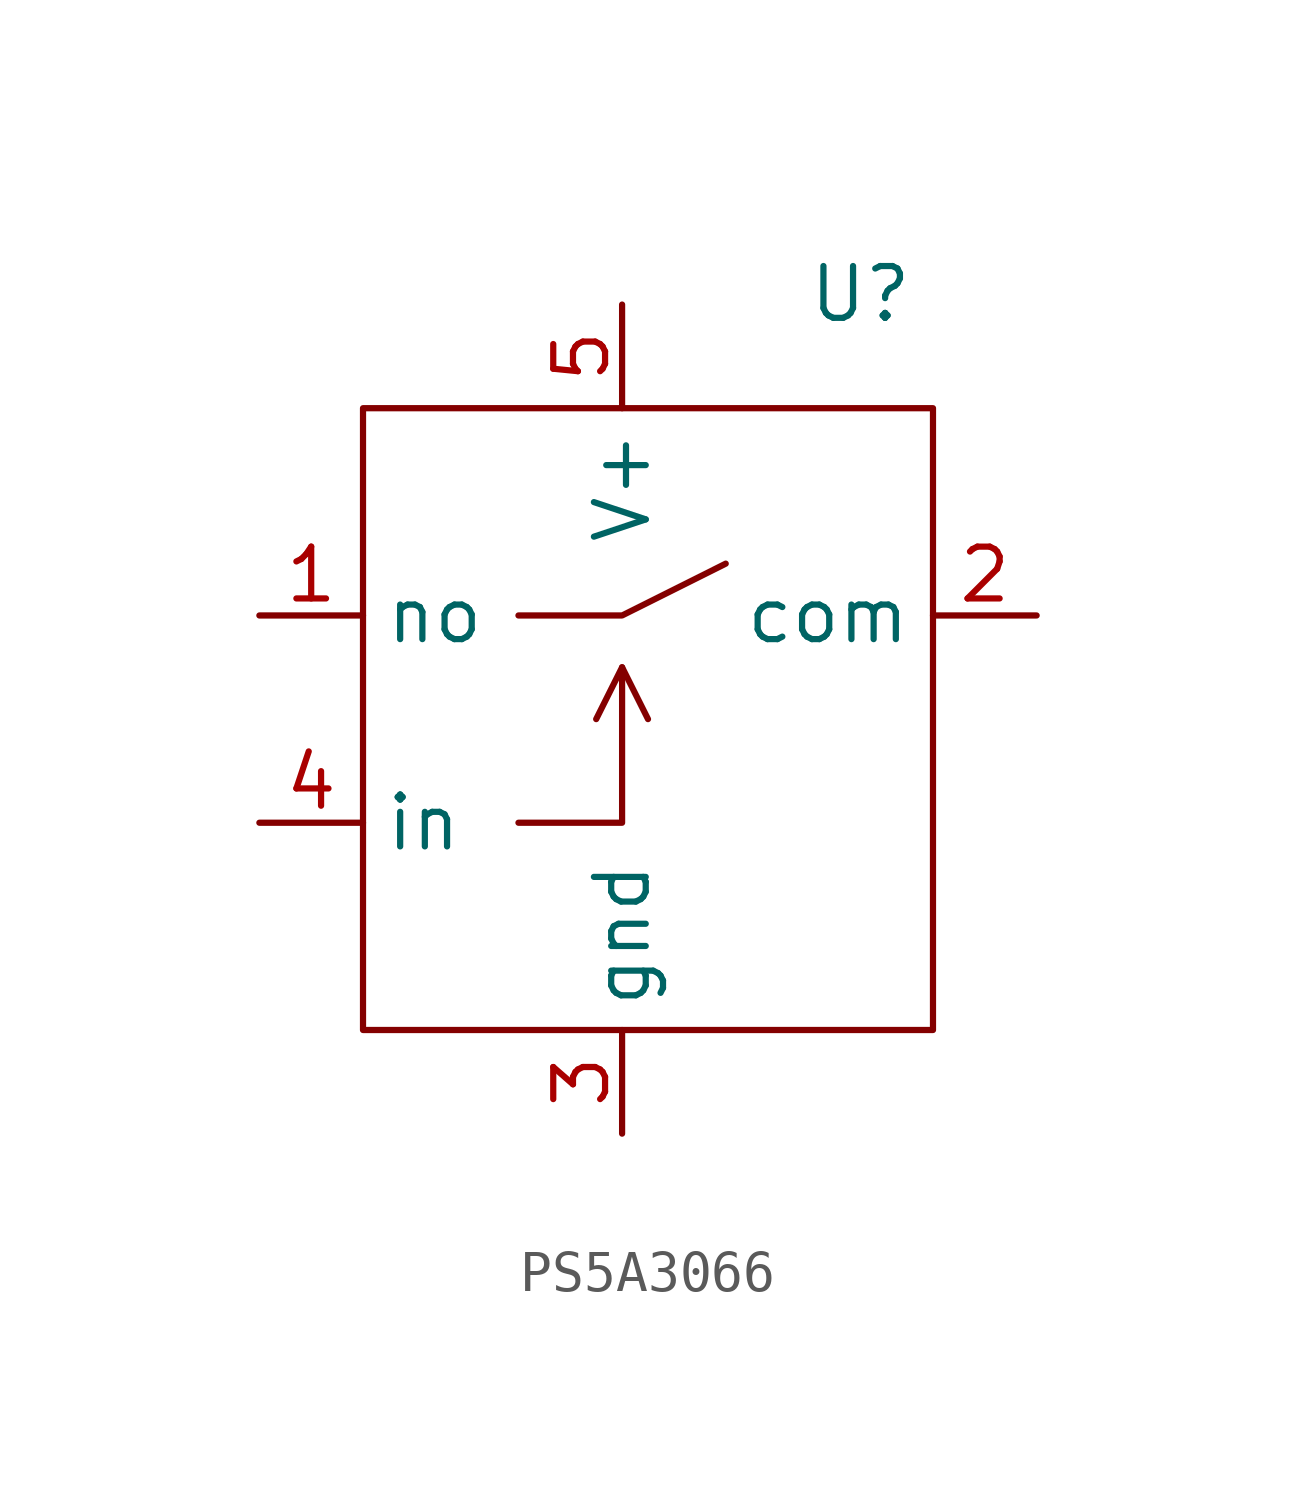
<source format=kicad_sym>
(kicad_symbol_lib
  (version 20241209)
  (generator "kicad_symbol_editor")
  (generator_version "9.0")
  (symbol "PS5A3066"
    (property "Reference" "U"
      (at 5.842 7.874 0)
      (effects (font (size 1.27 1.27))))
    (property "Value" ""
      (at 0 0 0)
      (effects (font (size 1.27 1.27))))
    (symbol "PS5A3066_0_1"
      (rectangle (start -6.35 5.08) (end 7.62 -10.16) (stroke (width 0) (type default)) (fill (type none)))
      (polyline (pts (xy -2.54 0) (xy 0 0) (xy 2.54 1.27)) (stroke (width 0) (type default)) (fill (type none)))
      (polyline (pts (xy -2.54 -5.08) (xy 0 -5.08) (xy 0 -1.27) (xy -0.635 -2.54)) (stroke (width 0) (type default)) (fill (type none)))
      (polyline (pts (xy 0 -1.27) (xy 0.635 -2.54)) (stroke (width 0) (type default)) (fill (type none))))
    (symbol "PS5A3066_1_1"
      (pin bidirectional line (at -8.89 0 0) (length 2.54) (name "no" (effects (font (size 1.27 1.27)))) (number "1" (effects (font (size 1.27 1.27)))))
      (pin input line (at -8.89 -5.08 0) (length 2.54) (name "in" (effects (font (size 1.27 1.27)))) (number "4" (effects (font (size 1.27 1.27)))))
      (pin power_in line (at 0 7.62 270) (length 2.54) (name "V+" (effects (font (size 1.27 1.27)))) (number "5" (effects (font (size 1.27 1.27)))))
      (pin passive line (at 0 -12.7 90) (length 2.54) (name "gnd" (effects (font (size 1.27 1.27)))) (number "3" (effects (font (size 1.27 1.27)))))
      (pin bidirectional line (at 10.16 0 180) (length 2.54) (name "com" (effects (font (size 1.27 1.27)))) (number "2" (effects (font (size 1.27 1.27))))))))
</source>
